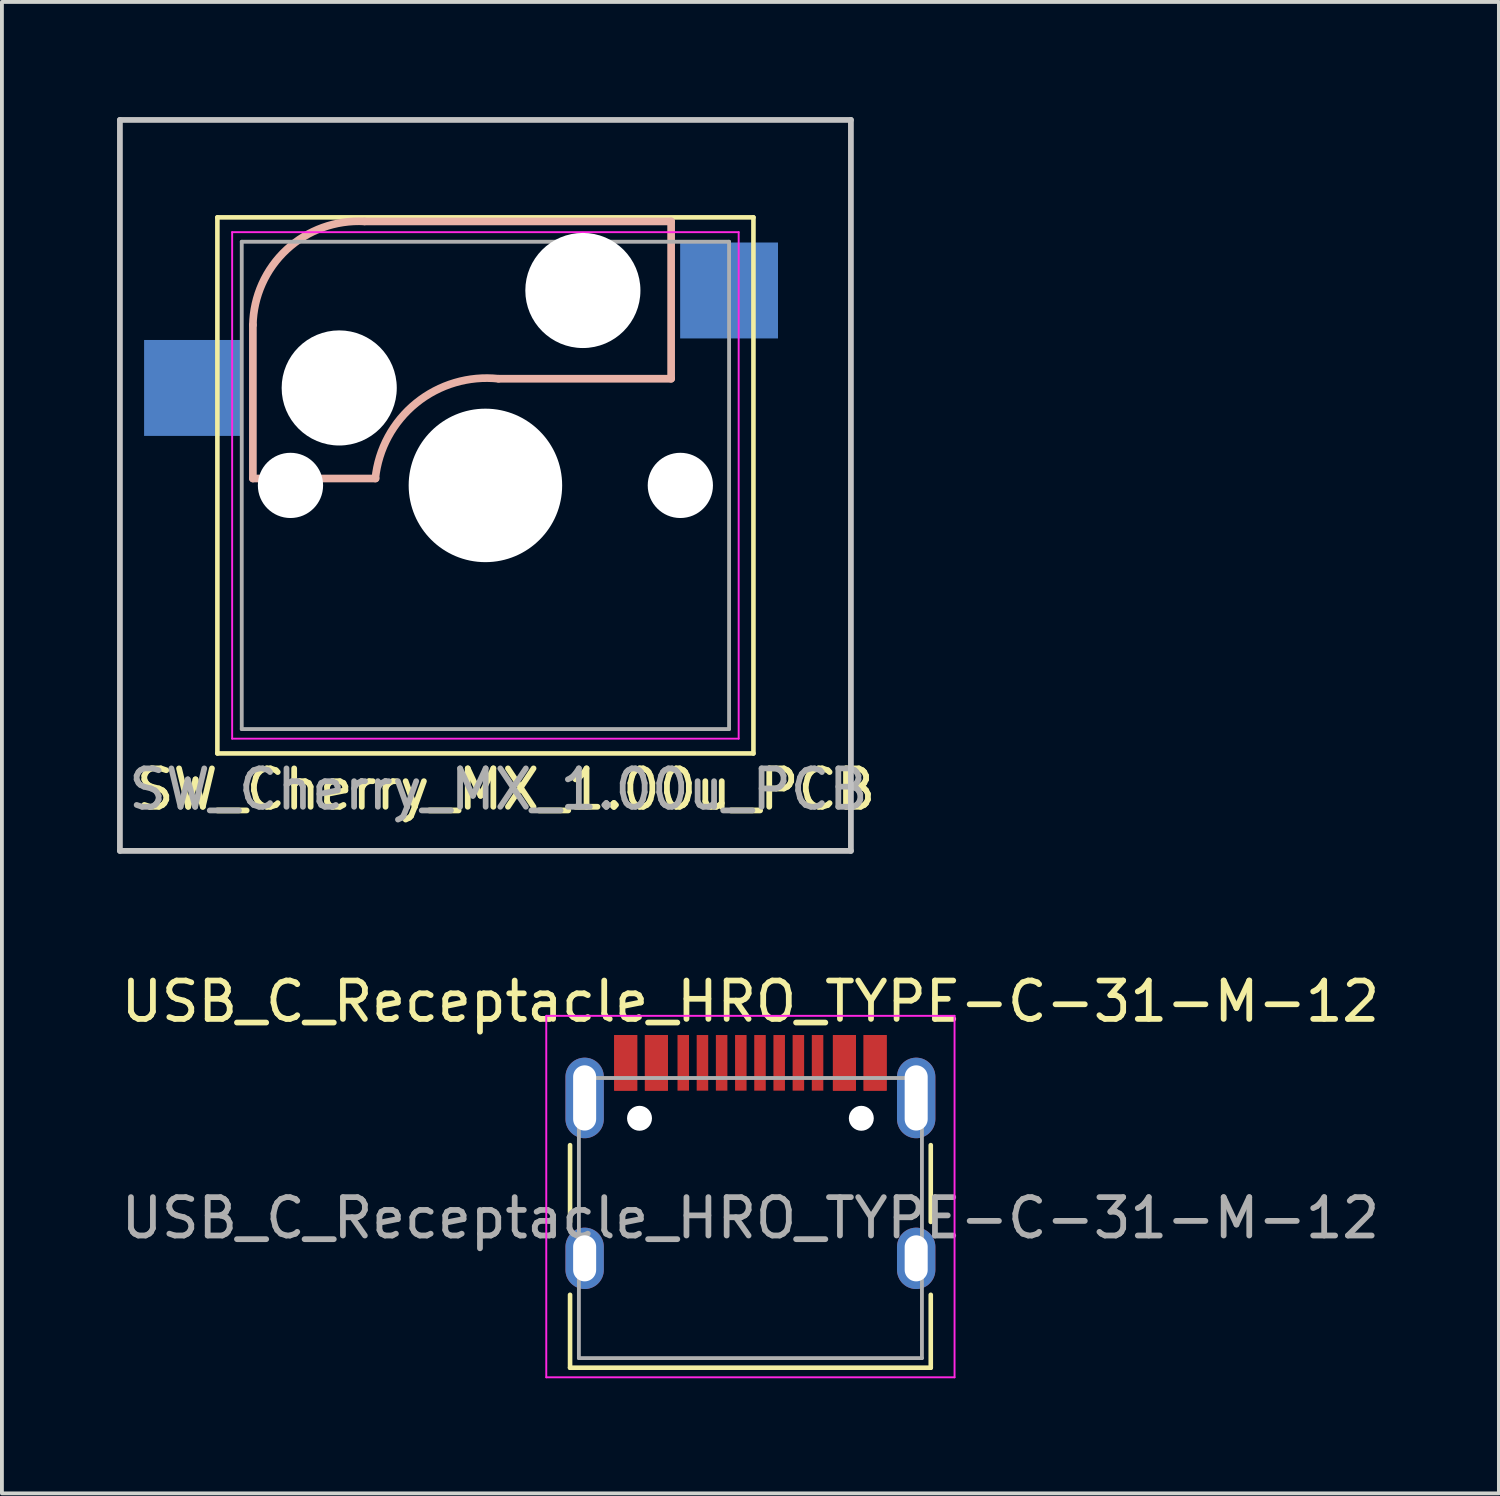
<source format=kicad_pcb>
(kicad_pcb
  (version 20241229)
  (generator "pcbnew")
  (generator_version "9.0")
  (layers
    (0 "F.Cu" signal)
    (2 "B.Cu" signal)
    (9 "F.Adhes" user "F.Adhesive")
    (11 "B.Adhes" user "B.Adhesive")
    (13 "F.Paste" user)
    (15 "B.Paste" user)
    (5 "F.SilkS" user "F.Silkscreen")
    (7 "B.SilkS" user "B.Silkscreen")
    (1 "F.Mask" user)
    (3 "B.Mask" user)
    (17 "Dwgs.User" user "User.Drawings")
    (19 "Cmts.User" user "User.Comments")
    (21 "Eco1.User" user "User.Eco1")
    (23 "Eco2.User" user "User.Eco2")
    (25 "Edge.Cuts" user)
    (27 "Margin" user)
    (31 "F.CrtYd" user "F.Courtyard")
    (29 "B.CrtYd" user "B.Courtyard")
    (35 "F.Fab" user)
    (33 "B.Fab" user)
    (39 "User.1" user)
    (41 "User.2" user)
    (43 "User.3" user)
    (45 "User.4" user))
  (footprint "USB_C_Receptacle_HRO_TYPE-C-31-M-12"
    (layer "F.Cu")
    (at 16.506 28.693)
    (property "Reference" "USB_C_Receptacle_HRO_TYPE-C-31-M-12" (at 0 -5.645 0) (layer "F.SilkS") (effects (font (size 1 1) (thickness 0.15))))
    (attr smd)
    (fp_line (start -4.7 -1.9) (end -4.7 0.1) (stroke (width 0.12) (type solid)) (layer "F.SilkS"))
    (fp_line (start -4.7 2) (end -4.7 3.9) (stroke (width 0.12) (type solid)) (layer "F.SilkS"))
    (fp_line (start -4.7 3.9) (end 4.7 3.9) (stroke (width 0.12) (type solid)) (layer "F.SilkS"))
    (fp_line (start 4.7 -1.9) (end 4.7 0.1) (stroke (width 0.12) (type solid)) (layer "F.SilkS"))
    (fp_line (start 4.7 2) (end 4.7 3.9) (stroke (width 0.12) (type solid)) (layer "F.SilkS"))
    (fp_line (start -5.32 -5.27) (end -5.32 4.15) (stroke (width 0.05) (type solid)) (layer "F.CrtYd"))
    (fp_line (start -5.32 -5.27) (end 5.32 -5.27) (stroke (width 0.05) (type solid)) (layer "F.CrtYd"))
    (fp_line (start -5.32 4.15) (end 5.32 4.15) (stroke (width 0.05) (type solid)) (layer "F.CrtYd"))
    (fp_line (start 5.32 -5.27) (end 5.32 4.15) (stroke (width 0.05) (type solid)) (layer "F.CrtYd"))
    (fp_line (start -4.47 -3.65) (end -4.47 3.65) (stroke (width 0.1) (type solid)) (layer "F.Fab"))
    (fp_line (start -4.47 -3.65) (end 4.47 -3.65) (stroke (width 0.1) (type solid)) (layer "F.Fab"))
    (fp_line (start -4.47 3.65) (end 4.47 3.65) (stroke (width 0.1) (type solid)) (layer "F.Fab"))
    (fp_line (start 4.47 -3.65) (end 4.47 3.65) (stroke (width 0.1) (type solid)) (layer "F.Fab"))
    (fp_text user "${REFERENCE}" (at 0 0 0) (layer "F.Fab") (effects (font (size 1 1) (thickness 0.15))))
    (pad "" np_thru_hole circle (at -2.89 -2.6) (size 0.65 0.65) (drill 0.65) (layers "*.Cu" "*.Mask"))
    (pad "" np_thru_hole circle (at 2.89 -2.6) (size 0.65 0.65) (drill 0.65) (layers "*.Cu" "*.Mask"))
    (pad "A1" smd rect (at -3.25 -4.045) (size 0.6 1.45) (layers "F.Cu" "F.Mask" "F.Paste"))
    (pad "A4" smd rect (at -2.45 -4.045) (size 0.6 1.45) (layers "F.Cu" "F.Mask" "F.Paste"))
    (pad "A5" smd rect (at -1.25 -4.045) (size 0.3 1.45) (layers "F.Cu" "F.Mask" "F.Paste"))
    (pad "A6" smd rect (at -0.25 -4.045) (size 0.3 1.45) (layers "F.Cu" "F.Mask" "F.Paste"))
    (pad "A7" smd rect (at 0.25 -4.045) (size 0.3 1.45) (layers "F.Cu" "F.Mask" "F.Paste"))
    (pad "A8" smd rect (at 1.25 -4.045) (size 0.3 1.45) (layers "F.Cu" "F.Mask" "F.Paste"))
    (pad "A9" smd rect (at 2.45 -4.045) (size 0.6 1.45) (layers "F.Cu" "F.Mask" "F.Paste"))
    (pad "A12" smd rect (at 3.25 -4.045) (size 0.6 1.45) (layers "F.Cu" "F.Mask" "F.Paste"))
    (pad "B1" smd rect (at 3.25 -4.045) (size 0.6 1.45) (layers "F.Cu" "F.Mask" "F.Paste"))
    (pad "B4" smd rect (at 2.45 -4.045) (size 0.6 1.45) (layers "F.Cu" "F.Mask" "F.Paste"))
    (pad "B5" smd rect (at 1.75 -4.045) (size 0.3 1.45) (layers "F.Cu" "F.Mask" "F.Paste"))
    (pad "B6" smd rect (at 0.75 -4.045) (size 0.3 1.45) (layers "F.Cu" "F.Mask" "F.Paste"))
    (pad "B7" smd rect (at -0.75 -4.045) (size 0.3 1.45) (layers "F.Cu" "F.Mask" "F.Paste"))
    (pad "B8" smd rect (at -1.75 -4.045) (size 0.3 1.45) (layers "F.Cu" "F.Mask" "F.Paste"))
    (pad "B9" smd rect (at -2.45 -4.045) (size 0.6 1.45) (layers "F.Cu" "F.Mask" "F.Paste"))
    (pad "B12" smd rect (at -3.25 -4.045) (size 0.6 1.45) (layers "F.Cu" "F.Mask" "F.Paste"))
    (pad "S1" thru_hole oval (at 4.32 -3.13) (size 1 2.1) (drill oval 0.6 1.7) (layers "*.Cu" "*.Mask"))
    (pad "S2" thru_hole oval (at -4.32 -3.13) (size 1 2.1) (drill oval 0.6 1.7) (layers "*.Cu" "*.Mask"))
    (pad "S3" thru_hole oval (at -4.32 1.05) (size 1 1.6) (drill oval 0.6 1.2) (layers "*.Cu" "*.Mask"))
    (pad "S4" thru_hole oval (at 4.32 1.05) (size 1 1.6) (drill oval 0.6 1.2) (layers "*.Cu" "*.Mask")))
  (footprint "SW_Cherry_MX_1.00u_PCB"
    (layer "F.Cu")
    (at 12.14 4.52)
    (property "Reference" "SW_Cherry_MX_1.00u_PCB" (at -2 13 0) (layer "F.SilkS") (effects (font (size 1 1) (thickness 0.15))))
    (attr through_hole)
    (fp_line (start -9.525 -1.905) (end 4.445 -1.905) (stroke (width 0.12) (type solid)) (layer "F.SilkS"))
    (fp_line (start -9.525 12.065) (end -9.525 -1.905) (stroke (width 0.12) (type solid)) (layer "F.SilkS"))
    (fp_line (start 4.445 -1.905) (end 4.445 12.065) (stroke (width 0.12) (type solid)) (layer "F.SilkS"))
    (fp_line (start 4.445 12.065) (end -9.525 12.065) (stroke (width 0.12) (type solid)) (layer "F.SilkS"))
    (fp_line (start -8.6 0.9) (end -8.6 4.9) (stroke (width 0.2) (type default)) (layer "B.SilkS"))
    (fp_line (start -8.6 4.9) (end -5.4 4.9) (stroke (width 0.2) (type default)) (layer "B.SilkS"))
    (fp_line (start 2.3 -1.8) (end -5.692 -1.8) (stroke (width 0.2) (type default)) (layer "B.SilkS"))
    (fp_line (start 2.3 -1.8) (end 2.3 2.3) (stroke (width 0.2) (type default)) (layer "B.SilkS"))
    (fp_line (start 2.3 2.3) (end -2.2 2.3) (stroke (width 0.2) (type default)) (layer "B.SilkS"))
    (fp_arc (start -8.599999 0.9) (mid -7.718867 -1.066999) (end -5.692 -1.8) (stroke (width 0.2) (type default)) (layer "B.SilkS"))
    (fp_arc (start -5.408839 4.899085) (mid -4.343841 2.933571) (end -2.2 2.3) (stroke (width 0.2) (type default)) (layer "B.SilkS"))
    (fp_line (start -12.065 -4.445) (end 6.985 -4.445) (stroke (width 0.15) (type solid)) (layer "Dwgs.User"))
    (fp_line (start -12.065 14.605) (end -12.065 -4.445) (stroke (width 0.15) (type solid)) (layer "Dwgs.User"))
    (fp_line (start 6.985 -4.445) (end 6.985 14.605) (stroke (width 0.15) (type solid)) (layer "Dwgs.User"))
    (fp_line (start 6.985 14.605) (end -12.065 14.605) (stroke (width 0.15) (type solid)) (layer "Dwgs.User"))
    (fp_line (start -9.14 -1.52) (end 4.06 -1.52) (stroke (width 0.05) (type solid)) (layer "F.CrtYd"))
    (fp_line (start -9.14 11.68) (end -9.14 -1.52) (stroke (width 0.05) (type solid)) (layer "F.CrtYd"))
    (fp_line (start 4.06 -1.52) (end 4.06 11.68) (stroke (width 0.05) (type solid)) (layer "F.CrtYd"))
    (fp_line (start 4.06 11.68) (end -9.14 11.68) (stroke (width 0.05) (type solid)) (layer "F.CrtYd"))
    (fp_line (start -8.89 -1.27) (end 3.81 -1.27) (stroke (width 0.1) (type solid)) (layer "F.Fab"))
    (fp_line (start -8.89 11.43) (end -8.89 -1.27) (stroke (width 0.1) (type solid)) (layer "F.Fab"))
    (fp_line (start 3.81 -1.27) (end 3.81 11.43) (stroke (width 0.1) (type solid)) (layer "F.Fab"))
    (fp_line (start 3.81 11.43) (end -8.89 11.43) (stroke (width 0.1) (type solid)) (layer "F.Fab"))
    (fp_text user "${REFERENCE}" (at -2.2 13 0) (layer "F.Fab") (effects (font (size 1 1) (thickness 0.15))))
    (pad "" np_thru_hole circle (at -7.62 5.08) (size 1.7 1.7) (drill 1.7) (layers "*.Cu" "*.Mask"))
    (pad "" np_thru_hole circle (at -6.35 2.54) (size 3 3) (drill 3) (layers "*.Cu" "*.Mask"))
    (pad "" np_thru_hole circle (at -2.54 5.08) (size 4 4) (drill 4) (layers "*.Cu" "*.Mask"))
    (pad "" np_thru_hole circle (at 0 0) (size 3 3) (drill 3) (layers "*.Cu" "*.Mask"))
    (pad "" np_thru_hole circle (at 2.54 5.08) (size 1.7 1.7) (drill 1.7) (layers "*.Cu" "*.Mask"))
    (pad "1" smd rect (at -10.16 2.54) (size 2.55 2.5) (layers "B.Cu" "B.Mask" "B.Paste"))
    (pad "2" smd rect (at 3.81 0) (size 2.55 2.5) (layers "B.Cu" "B.Mask" "B.Paste")))
  (gr_rect
    (start -3 -3)
    (end 36.012 35.868)
    (stroke (width 0.1) (type default))
    (fill no)
    (layer "Edge.Cuts")))
</source>
